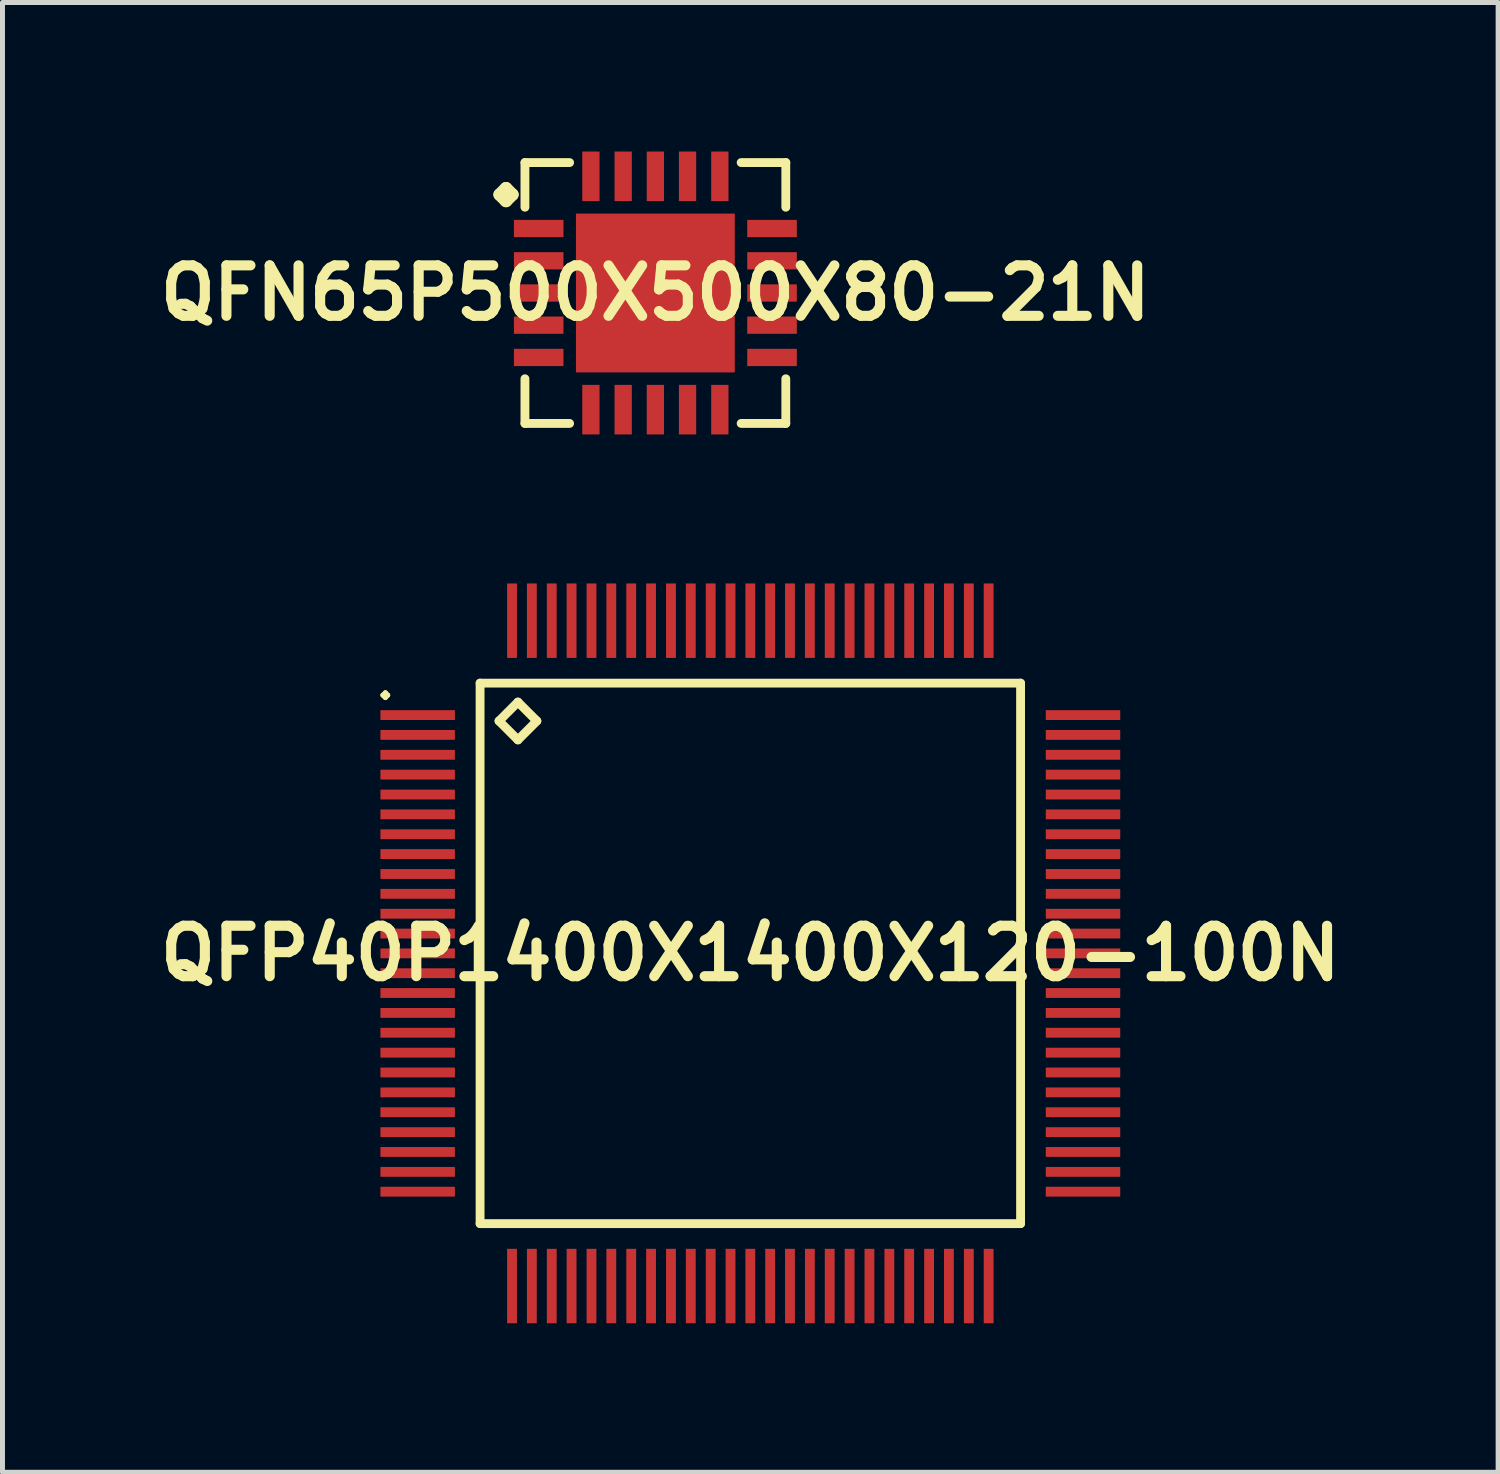
<source format=kicad_pcb>
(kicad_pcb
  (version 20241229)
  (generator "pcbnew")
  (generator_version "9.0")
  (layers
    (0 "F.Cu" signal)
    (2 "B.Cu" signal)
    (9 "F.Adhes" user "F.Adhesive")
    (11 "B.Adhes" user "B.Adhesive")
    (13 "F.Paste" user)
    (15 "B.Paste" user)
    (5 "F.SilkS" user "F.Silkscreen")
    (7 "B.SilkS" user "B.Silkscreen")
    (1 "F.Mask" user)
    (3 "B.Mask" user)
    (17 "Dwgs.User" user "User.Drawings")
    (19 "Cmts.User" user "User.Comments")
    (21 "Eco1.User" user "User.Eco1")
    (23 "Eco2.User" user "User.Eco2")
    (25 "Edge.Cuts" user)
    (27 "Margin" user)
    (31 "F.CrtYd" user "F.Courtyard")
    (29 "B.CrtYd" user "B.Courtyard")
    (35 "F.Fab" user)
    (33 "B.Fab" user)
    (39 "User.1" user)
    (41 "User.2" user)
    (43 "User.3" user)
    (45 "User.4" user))
  (footprint "QFP40P1400X1400X120-100N"
    (layer "F.Cu")
    (at 12.057 16.145)
    (property "Reference" "QFP40P1400X1400X120-100N" (at 0 0 0) (layer "F.SilkS") (effects (font (size 1.016 1.016) (thickness 0.203))))
    (attr smd)
    (fp_line (start -7.399 -5.199) (end -7.348 -5.248) (stroke (width 0.099) (type solid)) (layer "F.SilkS"))
    (fp_line (start -7.348 -5.248) (end -7.3 -5.199) (stroke (width 0.099) (type solid)) (layer "F.SilkS"))
    (fp_line (start -7.348 -5.149) (end -7.399 -5.199) (stroke (width 0.099) (type solid)) (layer "F.SilkS"))
    (fp_line (start -7.3 -5.199) (end -7.348 -5.149) (stroke (width 0.099) (type solid)) (layer "F.SilkS"))
    (fp_line (start -5.441 -5.441) (end -5.441 5.441) (stroke (width 0.178) (type solid)) (layer "F.SilkS"))
    (fp_line (start -5.441 5.441) (end 5.441 5.441) (stroke (width 0.178) (type solid)) (layer "F.SilkS"))
    (fp_line (start -5.06 -4.679) (end -4.679 -5.06) (stroke (width 0.178) (type solid)) (layer "F.SilkS"))
    (fp_line (start -4.679 -5.06) (end -4.298 -4.679) (stroke (width 0.178) (type solid)) (layer "F.SilkS"))
    (fp_line (start -4.679 -4.298) (end -5.06 -4.679) (stroke (width 0.178) (type solid)) (layer "F.SilkS"))
    (fp_line (start -4.298 -4.679) (end -4.679 -4.298) (stroke (width 0.178) (type solid)) (layer "F.SilkS"))
    (fp_line (start 5.441 -5.441) (end -5.441 -5.441) (stroke (width 0.178) (type solid)) (layer "F.SilkS"))
    (fp_line (start 5.441 5.441) (end 5.441 -5.441) (stroke (width 0.178) (type solid)) (layer "F.SilkS"))
    (pad "1" smd rect (at -6.698 -4.798) (size 1.499 0.198) (layers "F.Cu" "F.Mask" "F.Paste"))
    (pad "2" smd rect (at -6.698 -4.399) (size 1.499 0.198) (layers "F.Cu" "F.Mask" "F.Paste"))
    (pad "3" smd rect (at -6.698 -3.998) (size 1.499 0.198) (layers "F.Cu" "F.Mask" "F.Paste"))
    (pad "4" smd rect (at -6.698 -3.599) (size 1.499 0.198) (layers "F.Cu" "F.Mask" "F.Paste"))
    (pad "5" smd rect (at -6.698 -3.198) (size 1.499 0.198) (layers "F.Cu" "F.Mask" "F.Paste"))
    (pad "6" smd rect (at -6.698 -2.799) (size 1.499 0.198) (layers "F.Cu" "F.Mask" "F.Paste"))
    (pad "7" smd rect (at -6.698 -2.398) (size 1.499 0.198) (layers "F.Cu" "F.Mask" "F.Paste"))
    (pad "8" smd rect (at -6.698 -1.999) (size 1.499 0.198) (layers "F.Cu" "F.Mask" "F.Paste"))
    (pad "9" smd rect (at -6.698 -1.598) (size 1.499 0.198) (layers "F.Cu" "F.Mask" "F.Paste"))
    (pad "10" smd rect (at -6.698 -1.199) (size 1.499 0.198) (layers "F.Cu" "F.Mask" "F.Paste"))
    (pad "11" smd rect (at -6.698 -0.798) (size 1.499 0.198) (layers "F.Cu" "F.Mask" "F.Paste"))
    (pad "12" smd rect (at -6.698 -0.399) (size 1.499 0.198) (layers "F.Cu" "F.Mask" "F.Paste"))
    (pad "13" smd rect (at -6.698 0) (size 1.499 0.198) (layers "F.Cu" "F.Mask" "F.Paste"))
    (pad "14" smd rect (at -6.698 0.399) (size 1.499 0.198) (layers "F.Cu" "F.Mask" "F.Paste"))
    (pad "15" smd rect (at -6.698 0.798) (size 1.499 0.198) (layers "F.Cu" "F.Mask" "F.Paste"))
    (pad "16" smd rect (at -6.698 1.199) (size 1.499 0.198) (layers "F.Cu" "F.Mask" "F.Paste"))
    (pad "17" smd rect (at -6.698 1.598) (size 1.499 0.198) (layers "F.Cu" "F.Mask" "F.Paste"))
    (pad "18" smd rect (at -6.698 1.999) (size 1.499 0.198) (layers "F.Cu" "F.Mask" "F.Paste"))
    (pad "19" smd rect (at -6.698 2.398) (size 1.499 0.198) (layers "F.Cu" "F.Mask" "F.Paste"))
    (pad "20" smd rect (at -6.698 2.799) (size 1.499 0.198) (layers "F.Cu" "F.Mask" "F.Paste"))
    (pad "21" smd rect (at -6.698 3.198) (size 1.499 0.198) (layers "F.Cu" "F.Mask" "F.Paste"))
    (pad "22" smd rect (at -6.698 3.599) (size 1.499 0.198) (layers "F.Cu" "F.Mask" "F.Paste"))
    (pad "23" smd rect (at -6.698 3.998) (size 1.499 0.198) (layers "F.Cu" "F.Mask" "F.Paste"))
    (pad "24" smd rect (at -6.698 4.399) (size 1.499 0.198) (layers "F.Cu" "F.Mask" "F.Paste"))
    (pad "25" smd rect (at -6.698 4.798) (size 1.499 0.198) (layers "F.Cu" "F.Mask" "F.Paste"))
    (pad "26" smd rect (at -4.798 6.698) (size 0.198 1.499) (layers "F.Cu" "F.Mask" "F.Paste"))
    (pad "27" smd rect (at -4.399 6.698) (size 0.198 1.499) (layers "F.Cu" "F.Mask" "F.Paste"))
    (pad "28" smd rect (at -3.998 6.698) (size 0.198 1.499) (layers "F.Cu" "F.Mask" "F.Paste"))
    (pad "29" smd rect (at -3.599 6.698) (size 0.198 1.499) (layers "F.Cu" "F.Mask" "F.Paste"))
    (pad "30" smd rect (at -3.198 6.698) (size 0.198 1.499) (layers "F.Cu" "F.Mask" "F.Paste"))
    (pad "31" smd rect (at -2.799 6.698) (size 0.198 1.499) (layers "F.Cu" "F.Mask" "F.Paste"))
    (pad "32" smd rect (at -2.398 6.698) (size 0.198 1.499) (layers "F.Cu" "F.Mask" "F.Paste"))
    (pad "33" smd rect (at -1.999 6.698) (size 0.198 1.499) (layers "F.Cu" "F.Mask" "F.Paste"))
    (pad "34" smd rect (at -1.598 6.698) (size 0.198 1.499) (layers "F.Cu" "F.Mask" "F.Paste"))
    (pad "35" smd rect (at -1.199 6.698) (size 0.198 1.499) (layers "F.Cu" "F.Mask" "F.Paste"))
    (pad "36" smd rect (at -0.798 6.698) (size 0.198 1.499) (layers "F.Cu" "F.Mask" "F.Paste"))
    (pad "37" smd rect (at -0.399 6.698) (size 0.198 1.499) (layers "F.Cu" "F.Mask" "F.Paste"))
    (pad "38" smd rect (at 0 6.698) (size 0.198 1.499) (layers "F.Cu" "F.Mask" "F.Paste"))
    (pad "39" smd rect (at 0.399 6.698) (size 0.198 1.499) (layers "F.Cu" "F.Mask" "F.Paste"))
    (pad "40" smd rect (at 0.798 6.698) (size 0.198 1.499) (layers "F.Cu" "F.Mask" "F.Paste"))
    (pad "41" smd rect (at 1.199 6.698) (size 0.198 1.499) (layers "F.Cu" "F.Mask" "F.Paste"))
    (pad "42" smd rect (at 1.598 6.698) (size 0.198 1.499) (layers "F.Cu" "F.Mask" "F.Paste"))
    (pad "43" smd rect (at 1.999 6.698) (size 0.198 1.499) (layers "F.Cu" "F.Mask" "F.Paste"))
    (pad "44" smd rect (at 2.398 6.698) (size 0.198 1.499) (layers "F.Cu" "F.Mask" "F.Paste"))
    (pad "45" smd rect (at 2.799 6.698) (size 0.198 1.499) (layers "F.Cu" "F.Mask" "F.Paste"))
    (pad "46" smd rect (at 3.198 6.698) (size 0.198 1.499) (layers "F.Cu" "F.Mask" "F.Paste"))
    (pad "47" smd rect (at 3.599 6.698) (size 0.198 1.499) (layers "F.Cu" "F.Mask" "F.Paste"))
    (pad "48" smd rect (at 3.998 6.698) (size 0.198 1.499) (layers "F.Cu" "F.Mask" "F.Paste"))
    (pad "49" smd rect (at 4.399 6.698) (size 0.198 1.499) (layers "F.Cu" "F.Mask" "F.Paste"))
    (pad "50" smd rect (at 4.798 6.698) (size 0.198 1.499) (layers "F.Cu" "F.Mask" "F.Paste"))
    (pad "51" smd rect (at 6.698 4.798) (size 1.499 0.198) (layers "F.Cu" "F.Mask" "F.Paste"))
    (pad "52" smd rect (at 6.698 4.399) (size 1.499 0.198) (layers "F.Cu" "F.Mask" "F.Paste"))
    (pad "53" smd rect (at 6.698 3.998) (size 1.499 0.198) (layers "F.Cu" "F.Mask" "F.Paste"))
    (pad "54" smd rect (at 6.698 3.599) (size 1.499 0.198) (layers "F.Cu" "F.Mask" "F.Paste"))
    (pad "55" smd rect (at 6.698 3.198) (size 1.499 0.198) (layers "F.Cu" "F.Mask" "F.Paste"))
    (pad "56" smd rect (at 6.698 2.799) (size 1.499 0.198) (layers "F.Cu" "F.Mask" "F.Paste"))
    (pad "57" smd rect (at 6.698 2.398) (size 1.499 0.198) (layers "F.Cu" "F.Mask" "F.Paste"))
    (pad "58" smd rect (at 6.698 1.999) (size 1.499 0.198) (layers "F.Cu" "F.Mask" "F.Paste"))
    (pad "59" smd rect (at 6.698 1.598) (size 1.499 0.198) (layers "F.Cu" "F.Mask" "F.Paste"))
    (pad "60" smd rect (at 6.698 1.199) (size 1.499 0.198) (layers "F.Cu" "F.Mask" "F.Paste"))
    (pad "61" smd rect (at 6.698 0.798) (size 1.499 0.198) (layers "F.Cu" "F.Mask" "F.Paste"))
    (pad "62" smd rect (at 6.698 0.399) (size 1.499 0.198) (layers "F.Cu" "F.Mask" "F.Paste"))
    (pad "63" smd rect (at 6.698 0) (size 1.499 0.198) (layers "F.Cu" "F.Mask" "F.Paste"))
    (pad "64" smd rect (at 6.698 -0.399) (size 1.499 0.198) (layers "F.Cu" "F.Mask" "F.Paste"))
    (pad "65" smd rect (at 6.698 -0.798) (size 1.499 0.198) (layers "F.Cu" "F.Mask" "F.Paste"))
    (pad "66" smd rect (at 6.698 -1.199) (size 1.499 0.198) (layers "F.Cu" "F.Mask" "F.Paste"))
    (pad "67" smd rect (at 6.698 -1.598) (size 1.499 0.198) (layers "F.Cu" "F.Mask" "F.Paste"))
    (pad "68" smd rect (at 6.698 -1.999) (size 1.499 0.198) (layers "F.Cu" "F.Mask" "F.Paste"))
    (pad "69" smd rect (at 6.698 -2.398) (size 1.499 0.198) (layers "F.Cu" "F.Mask" "F.Paste"))
    (pad "70" smd rect (at 6.698 -2.799) (size 1.499 0.198) (layers "F.Cu" "F.Mask" "F.Paste"))
    (pad "71" smd rect (at 6.698 -3.198) (size 1.499 0.198) (layers "F.Cu" "F.Mask" "F.Paste"))
    (pad "72" smd rect (at 6.698 -3.599) (size 1.499 0.198) (layers "F.Cu" "F.Mask" "F.Paste"))
    (pad "73" smd rect (at 6.698 -3.998) (size 1.499 0.198) (layers "F.Cu" "F.Mask" "F.Paste"))
    (pad "74" smd rect (at 6.698 -4.399) (size 1.499 0.198) (layers "F.Cu" "F.Mask" "F.Paste"))
    (pad "75" smd rect (at 6.698 -4.798) (size 1.499 0.198) (layers "F.Cu" "F.Mask" "F.Paste"))
    (pad "76" smd rect (at 4.798 -6.698) (size 0.198 1.499) (layers "F.Cu" "F.Mask" "F.Paste"))
    (pad "77" smd rect (at 4.399 -6.698) (size 0.198 1.499) (layers "F.Cu" "F.Mask" "F.Paste"))
    (pad "78" smd rect (at 3.998 -6.698) (size 0.198 1.499) (layers "F.Cu" "F.Mask" "F.Paste"))
    (pad "79" smd rect (at 3.599 -6.698) (size 0.198 1.499) (layers "F.Cu" "F.Mask" "F.Paste"))
    (pad "80" smd rect (at 3.198 -6.698) (size 0.198 1.499) (layers "F.Cu" "F.Mask" "F.Paste"))
    (pad "81" smd rect (at 2.799 -6.698) (size 0.198 1.499) (layers "F.Cu" "F.Mask" "F.Paste"))
    (pad "82" smd rect (at 2.398 -6.698) (size 0.198 1.499) (layers "F.Cu" "F.Mask" "F.Paste"))
    (pad "83" smd rect (at 1.999 -6.698) (size 0.198 1.499) (layers "F.Cu" "F.Mask" "F.Paste"))
    (pad "84" smd rect (at 1.598 -6.698) (size 0.198 1.499) (layers "F.Cu" "F.Mask" "F.Paste"))
    (pad "85" smd rect (at 1.199 -6.698) (size 0.198 1.499) (layers "F.Cu" "F.Mask" "F.Paste"))
    (pad "86" smd rect (at 0.798 -6.698) (size 0.198 1.499) (layers "F.Cu" "F.Mask" "F.Paste"))
    (pad "87" smd rect (at 0.399 -6.698) (size 0.198 1.499) (layers "F.Cu" "F.Mask" "F.Paste"))
    (pad "88" smd rect (at 0 -6.698) (size 0.198 1.499) (layers "F.Cu" "F.Mask" "F.Paste"))
    (pad "89" smd rect (at -0.399 -6.698) (size 0.198 1.499) (layers "F.Cu" "F.Mask" "F.Paste"))
    (pad "90" smd rect (at -0.798 -6.698) (size 0.198 1.499) (layers "F.Cu" "F.Mask" "F.Paste"))
    (pad "91" smd rect (at -1.199 -6.698) (size 0.198 1.499) (layers "F.Cu" "F.Mask" "F.Paste"))
    (pad "92" smd rect (at -1.598 -6.698) (size 0.198 1.499) (layers "F.Cu" "F.Mask" "F.Paste"))
    (pad "93" smd rect (at -1.999 -6.698) (size 0.198 1.499) (layers "F.Cu" "F.Mask" "F.Paste"))
    (pad "94" smd rect (at -2.398 -6.698) (size 0.198 1.499) (layers "F.Cu" "F.Mask" "F.Paste"))
    (pad "95" smd rect (at -2.799 -6.698) (size 0.198 1.499) (layers "F.Cu" "F.Mask" "F.Paste"))
    (pad "96" smd rect (at -3.198 -6.698) (size 0.198 1.499) (layers "F.Cu" "F.Mask" "F.Paste"))
    (pad "97" smd rect (at -3.599 -6.698) (size 0.198 1.499) (layers "F.Cu" "F.Mask" "F.Paste"))
    (pad "98" smd rect (at -3.998 -6.698) (size 0.198 1.499) (layers "F.Cu" "F.Mask" "F.Paste"))
    (pad "99" smd rect (at -4.399 -6.698) (size 0.198 1.499) (layers "F.Cu" "F.Mask" "F.Paste"))
    (pad "100" smd rect (at -4.798 -6.698) (size 0.198 1.499) (layers "F.Cu" "F.Mask" "F.Paste")))
  (footprint "QFN65P500X500X80-21N"
    (layer "F.Cu")
    (at 10.145 2.849)
    (property "Reference" "QFN65P500X500X80-21N" (at 0 0 0) (layer "F.SilkS") (effects (font (size 1.016 1.016) (thickness 0.203))))
    (attr smd)
    (fp_line (start -3.134 -1.981) (end -3.007 -2.108) (stroke (width 0.254) (type solid)) (layer "F.SilkS"))
    (fp_line (start -3.007 -2.108) (end -2.88 -1.981) (stroke (width 0.254) (type solid)) (layer "F.SilkS"))
    (fp_line (start -3.007 -1.854) (end -3.134 -1.981) (stroke (width 0.254) (type solid)) (layer "F.SilkS"))
    (fp_line (start -2.88 -1.981) (end -3.007 -1.854) (stroke (width 0.254) (type solid)) (layer "F.SilkS"))
    (fp_line (start -2.626 -2.626) (end -1.727 -2.626) (stroke (width 0.178) (type solid)) (layer "F.SilkS"))
    (fp_line (start -2.626 -1.727) (end -2.626 -2.626) (stroke (width 0.178) (type solid)) (layer "F.SilkS"))
    (fp_line (start -2.626 1.727) (end -2.626 2.626) (stroke (width 0.178) (type solid)) (layer "F.SilkS"))
    (fp_line (start -2.626 2.626) (end -1.727 2.626) (stroke (width 0.178) (type solid)) (layer "F.SilkS"))
    (fp_line (start 1.727 -2.626) (end 2.626 -2.626) (stroke (width 0.178) (type solid)) (layer "F.SilkS"))
    (fp_line (start 1.727 2.626) (end 2.626 2.626) (stroke (width 0.178) (type solid)) (layer "F.SilkS"))
    (fp_line (start 2.626 -2.626) (end 2.626 -1.727) (stroke (width 0.178) (type solid)) (layer "F.SilkS"))
    (fp_line (start 2.626 2.626) (end 2.626 1.727) (stroke (width 0.178) (type solid)) (layer "F.SilkS"))
    (pad "1" smd rect (at -2.349 -1.298) (size 0.998 0.348) (layers "F.Cu" "F.Mask" "F.Paste"))
    (pad "2" smd rect (at -2.349 -0.648) (size 0.998 0.348) (layers "F.Cu" "F.Mask" "F.Paste"))
    (pad "3" smd rect (at -2.349 0) (size 0.998 0.348) (layers "F.Cu" "F.Mask" "F.Paste"))
    (pad "4" smd rect (at -2.349 0.648) (size 0.998 0.348) (layers "F.Cu" "F.Mask" "F.Paste"))
    (pad "5" smd rect (at -2.349 1.298) (size 0.998 0.348) (layers "F.Cu" "F.Mask" "F.Paste"))
    (pad "6" smd rect (at -1.298 2.349) (size 0.348 0.998) (layers "F.Cu" "F.Mask" "F.Paste"))
    (pad "7" smd rect (at -0.648 2.349) (size 0.348 0.998) (layers "F.Cu" "F.Mask" "F.Paste"))
    (pad "8" smd rect (at 0 2.349) (size 0.348 0.998) (layers "F.Cu" "F.Mask" "F.Paste"))
    (pad "9" smd rect (at 0.648 2.349) (size 0.348 0.998) (layers "F.Cu" "F.Mask" "F.Paste"))
    (pad "10" smd rect (at 1.298 2.349) (size 0.348 0.998) (layers "F.Cu" "F.Mask" "F.Paste"))
    (pad "11" smd rect (at 2.349 1.298) (size 0.998 0.348) (layers "F.Cu" "F.Mask" "F.Paste"))
    (pad "12" smd rect (at 2.349 0.648) (size 0.998 0.348) (layers "F.Cu" "F.Mask" "F.Paste"))
    (pad "13" smd rect (at 2.349 0) (size 0.998 0.348) (layers "F.Cu" "F.Mask" "F.Paste"))
    (pad "14" smd rect (at 2.349 -0.648) (size 0.998 0.348) (layers "F.Cu" "F.Mask" "F.Paste"))
    (pad "15" smd rect (at 2.349 -1.298) (size 0.998 0.348) (layers "F.Cu" "F.Mask" "F.Paste"))
    (pad "16" smd rect (at 1.298 -2.349) (size 0.348 0.998) (layers "F.Cu" "F.Mask" "F.Paste"))
    (pad "17" smd rect (at 0.648 -2.349) (size 0.348 0.998) (layers "F.Cu" "F.Mask" "F.Paste"))
    (pad "18" smd rect (at 0 -2.349) (size 0.348 0.998) (layers "F.Cu" "F.Mask" "F.Paste"))
    (pad "19" smd rect (at -0.648 -2.349) (size 0.348 0.998) (layers "F.Cu" "F.Mask" "F.Paste"))
    (pad "20" smd rect (at -1.298 -2.349) (size 0.348 0.998) (layers "F.Cu" "F.Mask" "F.Paste"))
    (pad "21" smd rect (at 0 0) (size 3.198 3.198) (layers "F.Cu" "F.Mask" "F.Paste")))
  (gr_rect
    (start -3 -3)
    (end 27.113 26.592)
    (stroke (width 0.1) (type default))
    (fill no)
    (layer "Edge.Cuts")))
</source>
